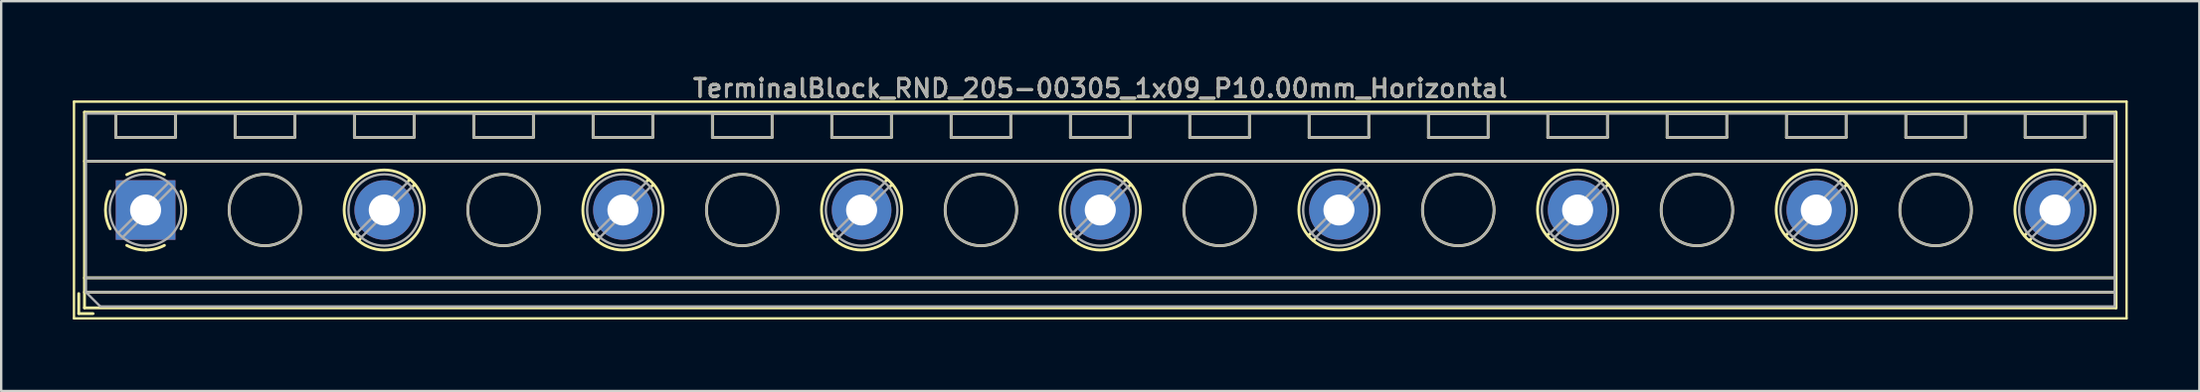
<source format=kicad_pcb>
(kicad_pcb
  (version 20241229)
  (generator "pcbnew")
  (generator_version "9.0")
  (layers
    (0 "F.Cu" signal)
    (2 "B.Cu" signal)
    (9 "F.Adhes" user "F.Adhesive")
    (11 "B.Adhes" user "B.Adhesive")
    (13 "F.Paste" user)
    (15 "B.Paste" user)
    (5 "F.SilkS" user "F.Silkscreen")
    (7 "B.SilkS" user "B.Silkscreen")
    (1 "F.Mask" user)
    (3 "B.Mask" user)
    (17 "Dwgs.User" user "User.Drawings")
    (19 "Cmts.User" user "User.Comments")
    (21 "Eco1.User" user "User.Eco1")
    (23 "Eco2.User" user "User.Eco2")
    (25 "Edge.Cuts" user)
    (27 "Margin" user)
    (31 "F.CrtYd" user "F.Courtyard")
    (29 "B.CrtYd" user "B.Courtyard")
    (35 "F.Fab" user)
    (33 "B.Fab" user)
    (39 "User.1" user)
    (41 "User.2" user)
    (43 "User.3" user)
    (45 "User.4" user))
  (footprint "TerminalBlock_RND_205-00305_1x09_P10.00mm_Horizontal"
    (layer "F.Cu")
    (at 3.05 5.768)
    (property "Reference" "TerminalBlock_RND_205-00305_1x09_P10.00mm_Horizontal" (at 40 -5.11 0) (layer "F.SilkS") (effects (font (size 0.75 0.75) (thickness 0.125))))
    (attr through_hole)
    (fp_line (start -3 -4.55) (end -3 4.55) (stroke (width 0.1) (type solid)) (layer "F.SilkS"))
    (fp_line (start -3 4.55) (end 83 4.55) (stroke (width 0.1) (type solid)) (layer "F.SilkS"))
    (fp_line (start -2.8 3.51) (end -2.8 4.35) (stroke (width 0.12) (type solid)) (layer "F.SilkS"))
    (fp_line (start -2.8 4.35) (end -2.2 4.35) (stroke (width 0.12) (type solid)) (layer "F.SilkS"))
    (fp_line (start -2.56 -4.11) (end -2.56 4.11) (stroke (width 0.12) (type solid)) (layer "F.SilkS"))
    (fp_line (start -2.56 -4.11) (end 82.56 -4.11) (stroke (width 0.12) (type solid)) (layer "F.SilkS"))
    (fp_line (start -2.56 -2.05) (end 82.56 -2.05) (stroke (width 0.12) (type solid)) (layer "F.SilkS"))
    (fp_line (start -2.56 2.85) (end 82.56 2.85) (stroke (width 0.12) (type solid)) (layer "F.SilkS"))
    (fp_line (start -2.56 3.45) (end 82.56 3.45) (stroke (width 0.12) (type solid)) (layer "F.SilkS"))
    (fp_line (start -2.56 4.11) (end 82.56 4.11) (stroke (width 0.12) (type solid)) (layer "F.SilkS"))
    (fp_line (start -1.25 -4.05) (end -1.25 -3.05) (stroke (width 0.12) (type solid)) (layer "F.SilkS"))
    (fp_line (start -1.25 -4.05) (end 1.25 -4.05) (stroke (width 0.12) (type solid)) (layer "F.SilkS"))
    (fp_line (start -1.25 -3.05) (end 1.25 -3.05) (stroke (width 0.12) (type solid)) (layer "F.SilkS"))
    (fp_line (start 1.25 -4.05) (end 1.25 -3.05) (stroke (width 0.12) (type solid)) (layer "F.SilkS"))
    (fp_line (start 3.75 -4.05) (end 3.75 -3.05) (stroke (width 0.12) (type solid)) (layer "F.SilkS"))
    (fp_line (start 3.75 -4.05) (end 6.25 -4.05) (stroke (width 0.12) (type solid)) (layer "F.SilkS"))
    (fp_line (start 3.75 -3.05) (end 6.25 -3.05) (stroke (width 0.12) (type solid)) (layer "F.SilkS"))
    (fp_line (start 6.25 -4.05) (end 6.25 -3.05) (stroke (width 0.12) (type solid)) (layer "F.SilkS"))
    (fp_line (start 8.75 -4.05) (end 8.75 -3.05) (stroke (width 0.12) (type solid)) (layer "F.SilkS"))
    (fp_line (start 8.75 -4.05) (end 11.25 -4.05) (stroke (width 0.12) (type solid)) (layer "F.SilkS"))
    (fp_line (start 8.75 -3.05) (end 11.25 -3.05) (stroke (width 0.12) (type solid)) (layer "F.SilkS"))
    (fp_line (start 8.82 0.976) (end 8.726 1.069) (stroke (width 0.12) (type solid)) (layer "F.SilkS"))
    (fp_line (start 8.99 1.216) (end 8.931 1.274) (stroke (width 0.12) (type solid)) (layer "F.SilkS"))
    (fp_line (start 11.07 -1.275) (end 11.011 -1.216) (stroke (width 0.12) (type solid)) (layer "F.SilkS"))
    (fp_line (start 11.25 -4.05) (end 11.25 -3.05) (stroke (width 0.12) (type solid)) (layer "F.SilkS"))
    (fp_line (start 11.275 -1.069) (end 11.181 -0.976) (stroke (width 0.12) (type solid)) (layer "F.SilkS"))
    (fp_line (start 13.75 -4.05) (end 13.75 -3.05) (stroke (width 0.12) (type solid)) (layer "F.SilkS"))
    (fp_line (start 13.75 -4.05) (end 16.25 -4.05) (stroke (width 0.12) (type solid)) (layer "F.SilkS"))
    (fp_line (start 13.75 -3.05) (end 16.25 -3.05) (stroke (width 0.12) (type solid)) (layer "F.SilkS"))
    (fp_line (start 16.25 -4.05) (end 16.25 -3.05) (stroke (width 0.12) (type solid)) (layer "F.SilkS"))
    (fp_line (start 18.75 -4.05) (end 18.75 -3.05) (stroke (width 0.12) (type solid)) (layer "F.SilkS"))
    (fp_line (start 18.75 -4.05) (end 21.25 -4.05) (stroke (width 0.12) (type solid)) (layer "F.SilkS"))
    (fp_line (start 18.75 -3.05) (end 21.25 -3.05) (stroke (width 0.12) (type solid)) (layer "F.SilkS"))
    (fp_line (start 18.82 0.976) (end 18.726 1.069) (stroke (width 0.12) (type solid)) (layer "F.SilkS"))
    (fp_line (start 18.99 1.216) (end 18.931 1.274) (stroke (width 0.12) (type solid)) (layer "F.SilkS"))
    (fp_line (start 21.07 -1.275) (end 21.011 -1.216) (stroke (width 0.12) (type solid)) (layer "F.SilkS"))
    (fp_line (start 21.25 -4.05) (end 21.25 -3.05) (stroke (width 0.12) (type solid)) (layer "F.SilkS"))
    (fp_line (start 21.275 -1.069) (end 21.181 -0.976) (stroke (width 0.12) (type solid)) (layer "F.SilkS"))
    (fp_line (start 23.75 -4.05) (end 23.75 -3.05) (stroke (width 0.12) (type solid)) (layer "F.SilkS"))
    (fp_line (start 23.75 -4.05) (end 26.25 -4.05) (stroke (width 0.12) (type solid)) (layer "F.SilkS"))
    (fp_line (start 23.75 -3.05) (end 26.25 -3.05) (stroke (width 0.12) (type solid)) (layer "F.SilkS"))
    (fp_line (start 26.25 -4.05) (end 26.25 -3.05) (stroke (width 0.12) (type solid)) (layer "F.SilkS"))
    (fp_line (start 28.75 -4.05) (end 28.75 -3.05) (stroke (width 0.12) (type solid)) (layer "F.SilkS"))
    (fp_line (start 28.75 -4.05) (end 31.25 -4.05) (stroke (width 0.12) (type solid)) (layer "F.SilkS"))
    (fp_line (start 28.75 -3.05) (end 31.25 -3.05) (stroke (width 0.12) (type solid)) (layer "F.SilkS"))
    (fp_line (start 28.82 0.976) (end 28.726 1.069) (stroke (width 0.12) (type solid)) (layer "F.SilkS"))
    (fp_line (start 28.99 1.216) (end 28.931 1.274) (stroke (width 0.12) (type solid)) (layer "F.SilkS"))
    (fp_line (start 31.07 -1.275) (end 31.011 -1.216) (stroke (width 0.12) (type solid)) (layer "F.SilkS"))
    (fp_line (start 31.25 -4.05) (end 31.25 -3.05) (stroke (width 0.12) (type solid)) (layer "F.SilkS"))
    (fp_line (start 31.275 -1.069) (end 31.181 -0.976) (stroke (width 0.12) (type solid)) (layer "F.SilkS"))
    (fp_line (start 33.75 -4.05) (end 33.75 -3.05) (stroke (width 0.12) (type solid)) (layer "F.SilkS"))
    (fp_line (start 33.75 -4.05) (end 36.25 -4.05) (stroke (width 0.12) (type solid)) (layer "F.SilkS"))
    (fp_line (start 33.75 -3.05) (end 36.25 -3.05) (stroke (width 0.12) (type solid)) (layer "F.SilkS"))
    (fp_line (start 36.25 -4.05) (end 36.25 -3.05) (stroke (width 0.12) (type solid)) (layer "F.SilkS"))
    (fp_line (start 38.75 -4.05) (end 38.75 -3.05) (stroke (width 0.12) (type solid)) (layer "F.SilkS"))
    (fp_line (start 38.75 -4.05) (end 41.25 -4.05) (stroke (width 0.12) (type solid)) (layer "F.SilkS"))
    (fp_line (start 38.75 -3.05) (end 41.25 -3.05) (stroke (width 0.12) (type solid)) (layer "F.SilkS"))
    (fp_line (start 38.82 0.976) (end 38.726 1.069) (stroke (width 0.12) (type solid)) (layer "F.SilkS"))
    (fp_line (start 38.99 1.216) (end 38.931 1.274) (stroke (width 0.12) (type solid)) (layer "F.SilkS"))
    (fp_line (start 41.07 -1.275) (end 41.011 -1.216) (stroke (width 0.12) (type solid)) (layer "F.SilkS"))
    (fp_line (start 41.25 -4.05) (end 41.25 -3.05) (stroke (width 0.12) (type solid)) (layer "F.SilkS"))
    (fp_line (start 41.275 -1.069) (end 41.181 -0.976) (stroke (width 0.12) (type solid)) (layer "F.SilkS"))
    (fp_line (start 43.75 -4.05) (end 43.75 -3.05) (stroke (width 0.12) (type solid)) (layer "F.SilkS"))
    (fp_line (start 43.75 -4.05) (end 46.25 -4.05) (stroke (width 0.12) (type solid)) (layer "F.SilkS"))
    (fp_line (start 43.75 -3.05) (end 46.25 -3.05) (stroke (width 0.12) (type solid)) (layer "F.SilkS"))
    (fp_line (start 46.25 -4.05) (end 46.25 -3.05) (stroke (width 0.12) (type solid)) (layer "F.SilkS"))
    (fp_line (start 48.75 -4.05) (end 48.75 -3.05) (stroke (width 0.12) (type solid)) (layer "F.SilkS"))
    (fp_line (start 48.75 -4.05) (end 51.25 -4.05) (stroke (width 0.12) (type solid)) (layer "F.SilkS"))
    (fp_line (start 48.75 -3.05) (end 51.25 -3.05) (stroke (width 0.12) (type solid)) (layer "F.SilkS"))
    (fp_line (start 48.82 0.976) (end 48.726 1.069) (stroke (width 0.12) (type solid)) (layer "F.SilkS"))
    (fp_line (start 48.99 1.216) (end 48.931 1.274) (stroke (width 0.12) (type solid)) (layer "F.SilkS"))
    (fp_line (start 51.07 -1.275) (end 51.011 -1.216) (stroke (width 0.12) (type solid)) (layer "F.SilkS"))
    (fp_line (start 51.25 -4.05) (end 51.25 -3.05) (stroke (width 0.12) (type solid)) (layer "F.SilkS"))
    (fp_line (start 51.275 -1.069) (end 51.181 -0.976) (stroke (width 0.12) (type solid)) (layer "F.SilkS"))
    (fp_line (start 53.75 -4.05) (end 53.75 -3.05) (stroke (width 0.12) (type solid)) (layer "F.SilkS"))
    (fp_line (start 53.75 -4.05) (end 56.25 -4.05) (stroke (width 0.12) (type solid)) (layer "F.SilkS"))
    (fp_line (start 53.75 -3.05) (end 56.25 -3.05) (stroke (width 0.12) (type solid)) (layer "F.SilkS"))
    (fp_line (start 56.25 -4.05) (end 56.25 -3.05) (stroke (width 0.12) (type solid)) (layer "F.SilkS"))
    (fp_line (start 58.75 -4.05) (end 58.75 -3.05) (stroke (width 0.12) (type solid)) (layer "F.SilkS"))
    (fp_line (start 58.75 -4.05) (end 61.25 -4.05) (stroke (width 0.12) (type solid)) (layer "F.SilkS"))
    (fp_line (start 58.75 -3.05) (end 61.25 -3.05) (stroke (width 0.12) (type solid)) (layer "F.SilkS"))
    (fp_line (start 58.82 0.976) (end 58.726 1.069) (stroke (width 0.12) (type solid)) (layer "F.SilkS"))
    (fp_line (start 58.99 1.216) (end 58.931 1.274) (stroke (width 0.12) (type solid)) (layer "F.SilkS"))
    (fp_line (start 61.07 -1.275) (end 61.011 -1.216) (stroke (width 0.12) (type solid)) (layer "F.SilkS"))
    (fp_line (start 61.25 -4.05) (end 61.25 -3.05) (stroke (width 0.12) (type solid)) (layer "F.SilkS"))
    (fp_line (start 61.275 -1.069) (end 61.181 -0.976) (stroke (width 0.12) (type solid)) (layer "F.SilkS"))
    (fp_line (start 63.75 -4.05) (end 63.75 -3.05) (stroke (width 0.12) (type solid)) (layer "F.SilkS"))
    (fp_line (start 63.75 -4.05) (end 66.25 -4.05) (stroke (width 0.12) (type solid)) (layer "F.SilkS"))
    (fp_line (start 63.75 -3.05) (end 66.25 -3.05) (stroke (width 0.12) (type solid)) (layer "F.SilkS"))
    (fp_line (start 66.25 -4.05) (end 66.25 -3.05) (stroke (width 0.12) (type solid)) (layer "F.SilkS"))
    (fp_line (start 68.75 -4.05) (end 68.75 -3.05) (stroke (width 0.12) (type solid)) (layer "F.SilkS"))
    (fp_line (start 68.75 -4.05) (end 71.25 -4.05) (stroke (width 0.12) (type solid)) (layer "F.SilkS"))
    (fp_line (start 68.75 -3.05) (end 71.25 -3.05) (stroke (width 0.12) (type solid)) (layer "F.SilkS"))
    (fp_line (start 68.82 0.976) (end 68.726 1.069) (stroke (width 0.12) (type solid)) (layer "F.SilkS"))
    (fp_line (start 68.99 1.216) (end 68.931 1.274) (stroke (width 0.12) (type solid)) (layer "F.SilkS"))
    (fp_line (start 71.07 -1.275) (end 71.011 -1.216) (stroke (width 0.12) (type solid)) (layer "F.SilkS"))
    (fp_line (start 71.25 -4.05) (end 71.25 -3.05) (stroke (width 0.12) (type solid)) (layer "F.SilkS"))
    (fp_line (start 71.275 -1.069) (end 71.181 -0.976) (stroke (width 0.12) (type solid)) (layer "F.SilkS"))
    (fp_line (start 73.75 -4.05) (end 73.75 -3.05) (stroke (width 0.12) (type solid)) (layer "F.SilkS"))
    (fp_line (start 73.75 -4.05) (end 76.25 -4.05) (stroke (width 0.12) (type solid)) (layer "F.SilkS"))
    (fp_line (start 73.75 -3.05) (end 76.25 -3.05) (stroke (width 0.12) (type solid)) (layer "F.SilkS"))
    (fp_line (start 76.25 -4.05) (end 76.25 -3.05) (stroke (width 0.12) (type solid)) (layer "F.SilkS"))
    (fp_line (start 78.75 -4.05) (end 78.75 -3.05) (stroke (width 0.12) (type solid)) (layer "F.SilkS"))
    (fp_line (start 78.75 -4.05) (end 81.25 -4.05) (stroke (width 0.12) (type solid)) (layer "F.SilkS"))
    (fp_line (start 78.75 -3.05) (end 81.25 -3.05) (stroke (width 0.12) (type solid)) (layer "F.SilkS"))
    (fp_line (start 78.82 0.976) (end 78.726 1.069) (stroke (width 0.12) (type solid)) (layer "F.SilkS"))
    (fp_line (start 78.99 1.216) (end 78.931 1.274) (stroke (width 0.12) (type solid)) (layer "F.SilkS"))
    (fp_line (start 81.07 -1.275) (end 81.011 -1.216) (stroke (width 0.12) (type solid)) (layer "F.SilkS"))
    (fp_line (start 81.25 -4.05) (end 81.25 -3.05) (stroke (width 0.12) (type solid)) (layer "F.SilkS"))
    (fp_line (start 81.275 -1.069) (end 81.181 -0.976) (stroke (width 0.12) (type solid)) (layer "F.SilkS"))
    (fp_line (start 82.56 -4.11) (end 82.56 4.11) (stroke (width 0.12) (type solid)) (layer "F.SilkS"))
    (fp_line (start 83 -4.55) (end -3 -4.55) (stroke (width 0.1) (type solid)) (layer "F.SilkS"))
    (fp_line (start 83 4.55) (end 83 -4.55) (stroke (width 0.1) (type solid)) (layer "F.SilkS"))
    (fp_arc (start -1.483953 0.789089) (mid -1.680708 0.00005) (end -1.484 -0.789) (stroke (width 0.12) (type solid)) (layer "F.SilkS"))
    (fp_arc (start -0.789089 -1.483953) (mid -0.00005 -1.680708) (end 0.789 -1.484) (stroke (width 0.12) (type solid)) (layer "F.SilkS"))
    (fp_arc (start 0.029383 1.68045) (mid -0.392304 1.634281) (end -0.789 1.484) (stroke (width 0.12) (type solid)) (layer "F.SilkS"))
    (fp_arc (start 0.788712 1.483352) (mid 0.406429 1.630097) (end 0 1.68) (stroke (width 0.12) (type solid)) (layer "F.SilkS"))
    (fp_arc (start 1.483953 -0.789089) (mid 1.680708 -0.00005) (end 1.484 0.789) (stroke (width 0.12) (type solid)) (layer "F.SilkS"))
    (fp_circle (center 5 0) (end 6.5 0) (stroke (width 0.12) (type solid)) (fill no) (layer "F.SilkS"))
    (fp_circle (center 10 0) (end 11.68 0) (stroke (width 0.12) (type solid)) (fill no) (layer "F.SilkS"))
    (fp_circle (center 15 0) (end 16.5 0) (stroke (width 0.12) (type solid)) (fill no) (layer "F.SilkS"))
    (fp_circle (center 20 0) (end 21.68 0) (stroke (width 0.12) (type solid)) (fill no) (layer "F.SilkS"))
    (fp_circle (center 25 0) (end 26.5 0) (stroke (width 0.12) (type solid)) (fill no) (layer "F.SilkS"))
    (fp_circle (center 30 0) (end 31.68 0) (stroke (width 0.12) (type solid)) (fill no) (layer "F.SilkS"))
    (fp_circle (center 35 0) (end 36.5 0) (stroke (width 0.12) (type solid)) (fill no) (layer "F.SilkS"))
    (fp_circle (center 40 0) (end 41.68 0) (stroke (width 0.12) (type solid)) (fill no) (layer "F.SilkS"))
    (fp_circle (center 45 0) (end 46.5 0) (stroke (width 0.12) (type solid)) (fill no) (layer "F.SilkS"))
    (fp_circle (center 50 0) (end 51.68 0) (stroke (width 0.12) (type solid)) (fill no) (layer "F.SilkS"))
    (fp_circle (center 55 0) (end 56.5 0) (stroke (width 0.12) (type solid)) (fill no) (layer "F.SilkS"))
    (fp_circle (center 60 0) (end 61.68 0) (stroke (width 0.12) (type solid)) (fill no) (layer "F.SilkS"))
    (fp_circle (center 65 0) (end 66.5 0) (stroke (width 0.12) (type solid)) (fill no) (layer "F.SilkS"))
    (fp_circle (center 70 0) (end 71.68 0) (stroke (width 0.12) (type solid)) (fill no) (layer "F.SilkS"))
    (fp_circle (center 75 0) (end 76.5 0) (stroke (width 0.12) (type solid)) (fill no) (layer "F.SilkS"))
    (fp_circle (center 80 0) (end 81.68 0) (stroke (width 0.12) (type solid)) (fill no) (layer "F.SilkS"))
    (fp_line (start -2.5 -4.05) (end 82.5 -4.05) (stroke (width 0.1) (type solid)) (layer "F.Fab"))
    (fp_line (start -2.5 -2.05) (end 82.5 -2.05) (stroke (width 0.1) (type solid)) (layer "F.Fab"))
    (fp_line (start -2.5 2.85) (end 82.5 2.85) (stroke (width 0.1) (type solid)) (layer "F.Fab"))
    (fp_line (start -2.5 3.45) (end -2.5 -4.05) (stroke (width 0.1) (type solid)) (layer "F.Fab"))
    (fp_line (start -2.5 3.45) (end 82.5 3.45) (stroke (width 0.1) (type solid)) (layer "F.Fab"))
    (fp_line (start -1.9 4.05) (end -2.5 3.45) (stroke (width 0.1) (type solid)) (layer "F.Fab"))
    (fp_line (start -1.25 -4.05) (end -1.25 -3.05) (stroke (width 0.1) (type solid)) (layer "F.Fab"))
    (fp_line (start -1.25 -3.05) (end 1.25 -3.05) (stroke (width 0.1) (type solid)) (layer "F.Fab"))
    (fp_line (start 0.955 -1.138) (end -1.138 0.955) (stroke (width 0.1) (type solid)) (layer "F.Fab"))
    (fp_line (start 1.138 -0.955) (end -0.955 1.138) (stroke (width 0.1) (type solid)) (layer "F.Fab"))
    (fp_line (start 1.25 -4.05) (end -1.25 -4.05) (stroke (width 0.1) (type solid)) (layer "F.Fab"))
    (fp_line (start 1.25 -3.05) (end 1.25 -4.05) (stroke (width 0.1) (type solid)) (layer "F.Fab"))
    (fp_line (start 3.75 -4.05) (end 3.75 -3.05) (stroke (width 0.1) (type solid)) (layer "F.Fab"))
    (fp_line (start 3.75 -3.05) (end 6.25 -3.05) (stroke (width 0.1) (type solid)) (layer "F.Fab"))
    (fp_line (start 6.25 -4.05) (end 3.75 -4.05) (stroke (width 0.1) (type solid)) (layer "F.Fab"))
    (fp_line (start 6.25 -3.05) (end 6.25 -4.05) (stroke (width 0.1) (type solid)) (layer "F.Fab"))
    (fp_line (start 8.75 -4.05) (end 8.75 -3.05) (stroke (width 0.1) (type solid)) (layer "F.Fab"))
    (fp_line (start 8.75 -3.05) (end 11.25 -3.05) (stroke (width 0.1) (type solid)) (layer "F.Fab"))
    (fp_line (start 10.955 -1.138) (end 8.863 0.955) (stroke (width 0.1) (type solid)) (layer "F.Fab"))
    (fp_line (start 11.138 -0.955) (end 9.046 1.138) (stroke (width 0.1) (type solid)) (layer "F.Fab"))
    (fp_line (start 11.25 -4.05) (end 8.75 -4.05) (stroke (width 0.1) (type solid)) (layer "F.Fab"))
    (fp_line (start 11.25 -3.05) (end 11.25 -4.05) (stroke (width 0.1) (type solid)) (layer "F.Fab"))
    (fp_line (start 13.75 -4.05) (end 13.75 -3.05) (stroke (width 0.1) (type solid)) (layer "F.Fab"))
    (fp_line (start 13.75 -3.05) (end 16.25 -3.05) (stroke (width 0.1) (type solid)) (layer "F.Fab"))
    (fp_line (start 16.25 -4.05) (end 13.75 -4.05) (stroke (width 0.1) (type solid)) (layer "F.Fab"))
    (fp_line (start 16.25 -3.05) (end 16.25 -4.05) (stroke (width 0.1) (type solid)) (layer "F.Fab"))
    (fp_line (start 18.75 -4.05) (end 18.75 -3.05) (stroke (width 0.1) (type solid)) (layer "F.Fab"))
    (fp_line (start 18.75 -3.05) (end 21.25 -3.05) (stroke (width 0.1) (type solid)) (layer "F.Fab"))
    (fp_line (start 20.955 -1.138) (end 18.863 0.955) (stroke (width 0.1) (type solid)) (layer "F.Fab"))
    (fp_line (start 21.138 -0.955) (end 19.046 1.138) (stroke (width 0.1) (type solid)) (layer "F.Fab"))
    (fp_line (start 21.25 -4.05) (end 18.75 -4.05) (stroke (width 0.1) (type solid)) (layer "F.Fab"))
    (fp_line (start 21.25 -3.05) (end 21.25 -4.05) (stroke (width 0.1) (type solid)) (layer "F.Fab"))
    (fp_line (start 23.75 -4.05) (end 23.75 -3.05) (stroke (width 0.1) (type solid)) (layer "F.Fab"))
    (fp_line (start 23.75 -3.05) (end 26.25 -3.05) (stroke (width 0.1) (type solid)) (layer "F.Fab"))
    (fp_line (start 26.25 -4.05) (end 23.75 -4.05) (stroke (width 0.1) (type solid)) (layer "F.Fab"))
    (fp_line (start 26.25 -3.05) (end 26.25 -4.05) (stroke (width 0.1) (type solid)) (layer "F.Fab"))
    (fp_line (start 28.75 -4.05) (end 28.75 -3.05) (stroke (width 0.1) (type solid)) (layer "F.Fab"))
    (fp_line (start 28.75 -3.05) (end 31.25 -3.05) (stroke (width 0.1) (type solid)) (layer "F.Fab"))
    (fp_line (start 30.955 -1.138) (end 28.863 0.955) (stroke (width 0.1) (type solid)) (layer "F.Fab"))
    (fp_line (start 31.138 -0.955) (end 29.046 1.138) (stroke (width 0.1) (type solid)) (layer "F.Fab"))
    (fp_line (start 31.25 -4.05) (end 28.75 -4.05) (stroke (width 0.1) (type solid)) (layer "F.Fab"))
    (fp_line (start 31.25 -3.05) (end 31.25 -4.05) (stroke (width 0.1) (type solid)) (layer "F.Fab"))
    (fp_line (start 33.75 -4.05) (end 33.75 -3.05) (stroke (width 0.1) (type solid)) (layer "F.Fab"))
    (fp_line (start 33.75 -3.05) (end 36.25 -3.05) (stroke (width 0.1) (type solid)) (layer "F.Fab"))
    (fp_line (start 36.25 -4.05) (end 33.75 -4.05) (stroke (width 0.1) (type solid)) (layer "F.Fab"))
    (fp_line (start 36.25 -3.05) (end 36.25 -4.05) (stroke (width 0.1) (type solid)) (layer "F.Fab"))
    (fp_line (start 38.75 -4.05) (end 38.75 -3.05) (stroke (width 0.1) (type solid)) (layer "F.Fab"))
    (fp_line (start 38.75 -3.05) (end 41.25 -3.05) (stroke (width 0.1) (type solid)) (layer "F.Fab"))
    (fp_line (start 40.955 -1.138) (end 38.863 0.955) (stroke (width 0.1) (type solid)) (layer "F.Fab"))
    (fp_line (start 41.138 -0.955) (end 39.046 1.138) (stroke (width 0.1) (type solid)) (layer "F.Fab"))
    (fp_line (start 41.25 -4.05) (end 38.75 -4.05) (stroke (width 0.1) (type solid)) (layer "F.Fab"))
    (fp_line (start 41.25 -3.05) (end 41.25 -4.05) (stroke (width 0.1) (type solid)) (layer "F.Fab"))
    (fp_line (start 43.75 -4.05) (end 43.75 -3.05) (stroke (width 0.1) (type solid)) (layer "F.Fab"))
    (fp_line (start 43.75 -3.05) (end 46.25 -3.05) (stroke (width 0.1) (type solid)) (layer "F.Fab"))
    (fp_line (start 46.25 -4.05) (end 43.75 -4.05) (stroke (width 0.1) (type solid)) (layer "F.Fab"))
    (fp_line (start 46.25 -3.05) (end 46.25 -4.05) (stroke (width 0.1) (type solid)) (layer "F.Fab"))
    (fp_line (start 48.75 -4.05) (end 48.75 -3.05) (stroke (width 0.1) (type solid)) (layer "F.Fab"))
    (fp_line (start 48.75 -3.05) (end 51.25 -3.05) (stroke (width 0.1) (type solid)) (layer "F.Fab"))
    (fp_line (start 50.955 -1.138) (end 48.863 0.955) (stroke (width 0.1) (type solid)) (layer "F.Fab"))
    (fp_line (start 51.138 -0.955) (end 49.046 1.138) (stroke (width 0.1) (type solid)) (layer "F.Fab"))
    (fp_line (start 51.25 -4.05) (end 48.75 -4.05) (stroke (width 0.1) (type solid)) (layer "F.Fab"))
    (fp_line (start 51.25 -3.05) (end 51.25 -4.05) (stroke (width 0.1) (type solid)) (layer "F.Fab"))
    (fp_line (start 53.75 -4.05) (end 53.75 -3.05) (stroke (width 0.1) (type solid)) (layer "F.Fab"))
    (fp_line (start 53.75 -3.05) (end 56.25 -3.05) (stroke (width 0.1) (type solid)) (layer "F.Fab"))
    (fp_line (start 56.25 -4.05) (end 53.75 -4.05) (stroke (width 0.1) (type solid)) (layer "F.Fab"))
    (fp_line (start 56.25 -3.05) (end 56.25 -4.05) (stroke (width 0.1) (type solid)) (layer "F.Fab"))
    (fp_line (start 58.75 -4.05) (end 58.75 -3.05) (stroke (width 0.1) (type solid)) (layer "F.Fab"))
    (fp_line (start 58.75 -3.05) (end 61.25 -3.05) (stroke (width 0.1) (type solid)) (layer "F.Fab"))
    (fp_line (start 60.955 -1.138) (end 58.863 0.955) (stroke (width 0.1) (type solid)) (layer "F.Fab"))
    (fp_line (start 61.138 -0.955) (end 59.046 1.138) (stroke (width 0.1) (type solid)) (layer "F.Fab"))
    (fp_line (start 61.25 -4.05) (end 58.75 -4.05) (stroke (width 0.1) (type solid)) (layer "F.Fab"))
    (fp_line (start 61.25 -3.05) (end 61.25 -4.05) (stroke (width 0.1) (type solid)) (layer "F.Fab"))
    (fp_line (start 63.75 -4.05) (end 63.75 -3.05) (stroke (width 0.1) (type solid)) (layer "F.Fab"))
    (fp_line (start 63.75 -3.05) (end 66.25 -3.05) (stroke (width 0.1) (type solid)) (layer "F.Fab"))
    (fp_line (start 66.25 -4.05) (end 63.75 -4.05) (stroke (width 0.1) (type solid)) (layer "F.Fab"))
    (fp_line (start 66.25 -3.05) (end 66.25 -4.05) (stroke (width 0.1) (type solid)) (layer "F.Fab"))
    (fp_line (start 68.75 -4.05) (end 68.75 -3.05) (stroke (width 0.1) (type solid)) (layer "F.Fab"))
    (fp_line (start 68.75 -3.05) (end 71.25 -3.05) (stroke (width 0.1) (type solid)) (layer "F.Fab"))
    (fp_line (start 70.955 -1.138) (end 68.863 0.955) (stroke (width 0.1) (type solid)) (layer "F.Fab"))
    (fp_line (start 71.138 -0.955) (end 69.046 1.138) (stroke (width 0.1) (type solid)) (layer "F.Fab"))
    (fp_line (start 71.25 -4.05) (end 68.75 -4.05) (stroke (width 0.1) (type solid)) (layer "F.Fab"))
    (fp_line (start 71.25 -3.05) (end 71.25 -4.05) (stroke (width 0.1) (type solid)) (layer "F.Fab"))
    (fp_line (start 73.75 -4.05) (end 73.75 -3.05) (stroke (width 0.1) (type solid)) (layer "F.Fab"))
    (fp_line (start 73.75 -3.05) (end 76.25 -3.05) (stroke (width 0.1) (type solid)) (layer "F.Fab"))
    (fp_line (start 76.25 -4.05) (end 73.75 -4.05) (stroke (width 0.1) (type solid)) (layer "F.Fab"))
    (fp_line (start 76.25 -3.05) (end 76.25 -4.05) (stroke (width 0.1) (type solid)) (layer "F.Fab"))
    (fp_line (start 78.75 -4.05) (end 78.75 -3.05) (stroke (width 0.1) (type solid)) (layer "F.Fab"))
    (fp_line (start 78.75 -3.05) (end 81.25 -3.05) (stroke (width 0.1) (type solid)) (layer "F.Fab"))
    (fp_line (start 80.955 -1.138) (end 78.863 0.955) (stroke (width 0.1) (type solid)) (layer "F.Fab"))
    (fp_line (start 81.138 -0.955) (end 79.046 1.138) (stroke (width 0.1) (type solid)) (layer "F.Fab"))
    (fp_line (start 81.25 -4.05) (end 78.75 -4.05) (stroke (width 0.1) (type solid)) (layer "F.Fab"))
    (fp_line (start 81.25 -3.05) (end 81.25 -4.05) (stroke (width 0.1) (type solid)) (layer "F.Fab"))
    (fp_line (start 82.5 -4.05) (end 82.5 4.05) (stroke (width 0.1) (type solid)) (layer "F.Fab"))
    (fp_line (start 82.5 4.05) (end -1.9 4.05) (stroke (width 0.1) (type solid)) (layer "F.Fab"))
    (fp_circle (center 0 0) (end 1.5 0) (stroke (width 0.1) (type solid)) (fill no) (layer "F.Fab"))
    (fp_circle (center 5 0) (end 6.5 0) (stroke (width 0.1) (type solid)) (fill no) (layer "F.Fab"))
    (fp_circle (center 10 0) (end 11.5 0) (stroke (width 0.1) (type solid)) (fill no) (layer "F.Fab"))
    (fp_circle (center 15 0) (end 16.5 0) (stroke (width 0.1) (type solid)) (fill no) (layer "F.Fab"))
    (fp_circle (center 20 0) (end 21.5 0) (stroke (width 0.1) (type solid)) (fill no) (layer "F.Fab"))
    (fp_circle (center 25 0) (end 26.5 0) (stroke (width 0.1) (type solid)) (fill no) (layer "F.Fab"))
    (fp_circle (center 30 0) (end 31.5 0) (stroke (width 0.1) (type solid)) (fill no) (layer "F.Fab"))
    (fp_circle (center 35 0) (end 36.5 0) (stroke (width 0.1) (type solid)) (fill no) (layer "F.Fab"))
    (fp_circle (center 40 0) (end 41.5 0) (stroke (width 0.1) (type solid)) (fill no) (layer "F.Fab"))
    (fp_circle (center 45 0) (end 46.5 0) (stroke (width 0.1) (type solid)) (fill no) (layer "F.Fab"))
    (fp_circle (center 50 0) (end 51.5 0) (stroke (width 0.1) (type solid)) (fill no) (layer "F.Fab"))
    (fp_circle (center 55 0) (end 56.5 0) (stroke (width 0.1) (type solid)) (fill no) (layer "F.Fab"))
    (fp_circle (center 60 0) (end 61.5 0) (stroke (width 0.1) (type solid)) (fill no) (layer "F.Fab"))
    (fp_circle (center 65 0) (end 66.5 0) (stroke (width 0.1) (type solid)) (fill no) (layer "F.Fab"))
    (fp_circle (center 70 0) (end 71.5 0) (stroke (width 0.1) (type solid)) (fill no) (layer "F.Fab"))
    (fp_circle (center 75 0) (end 76.5 0) (stroke (width 0.1) (type solid)) (fill no) (layer "F.Fab"))
    (fp_circle (center 80 0) (end 81.5 0) (stroke (width 0.1) (type solid)) (fill no) (layer "F.Fab"))
    (fp_text user "${REFERENCE}" (at 40 -5.11 0) (layer "F.Fab") (effects (font (size 0.75 0.75) (thickness 0.125))))
    (pad "1" thru_hole rect (at 0 0) (size 2.5 2.5) (drill 1.3) (layers "*.Cu" "*.Mask"))
    (pad "2" thru_hole circle (at 10 0) (size 2.5 2.5) (drill 1.3) (layers "*.Cu" "*.Mask"))
    (pad "3" thru_hole circle (at 20 0) (size 2.5 2.5) (drill 1.3) (layers "*.Cu" "*.Mask"))
    (pad "4" thru_hole circle (at 30 0) (size 2.5 2.5) (drill 1.3) (layers "*.Cu" "*.Mask"))
    (pad "5" thru_hole circle (at 40 0) (size 2.5 2.5) (drill 1.3) (layers "*.Cu" "*.Mask"))
    (pad "6" thru_hole circle (at 50 0) (size 2.5 2.5) (drill 1.3) (layers "*.Cu" "*.Mask"))
    (pad "7" thru_hole circle (at 60 0) (size 2.5 2.5) (drill 1.3) (layers "*.Cu" "*.Mask"))
    (pad "8" thru_hole circle (at 70 0) (size 2.5 2.5) (drill 1.3) (layers "*.Cu" "*.Mask"))
    (pad "9" thru_hole circle (at 80 0) (size 2.5 2.5) (drill 1.3) (layers "*.Cu" "*.Mask")))
  (gr_rect
    (start -3 -3)
    (end 89.1 13.368)
    (stroke (width 0.1) (type default))
    (fill no)
    (layer "Edge.Cuts")))
</source>
